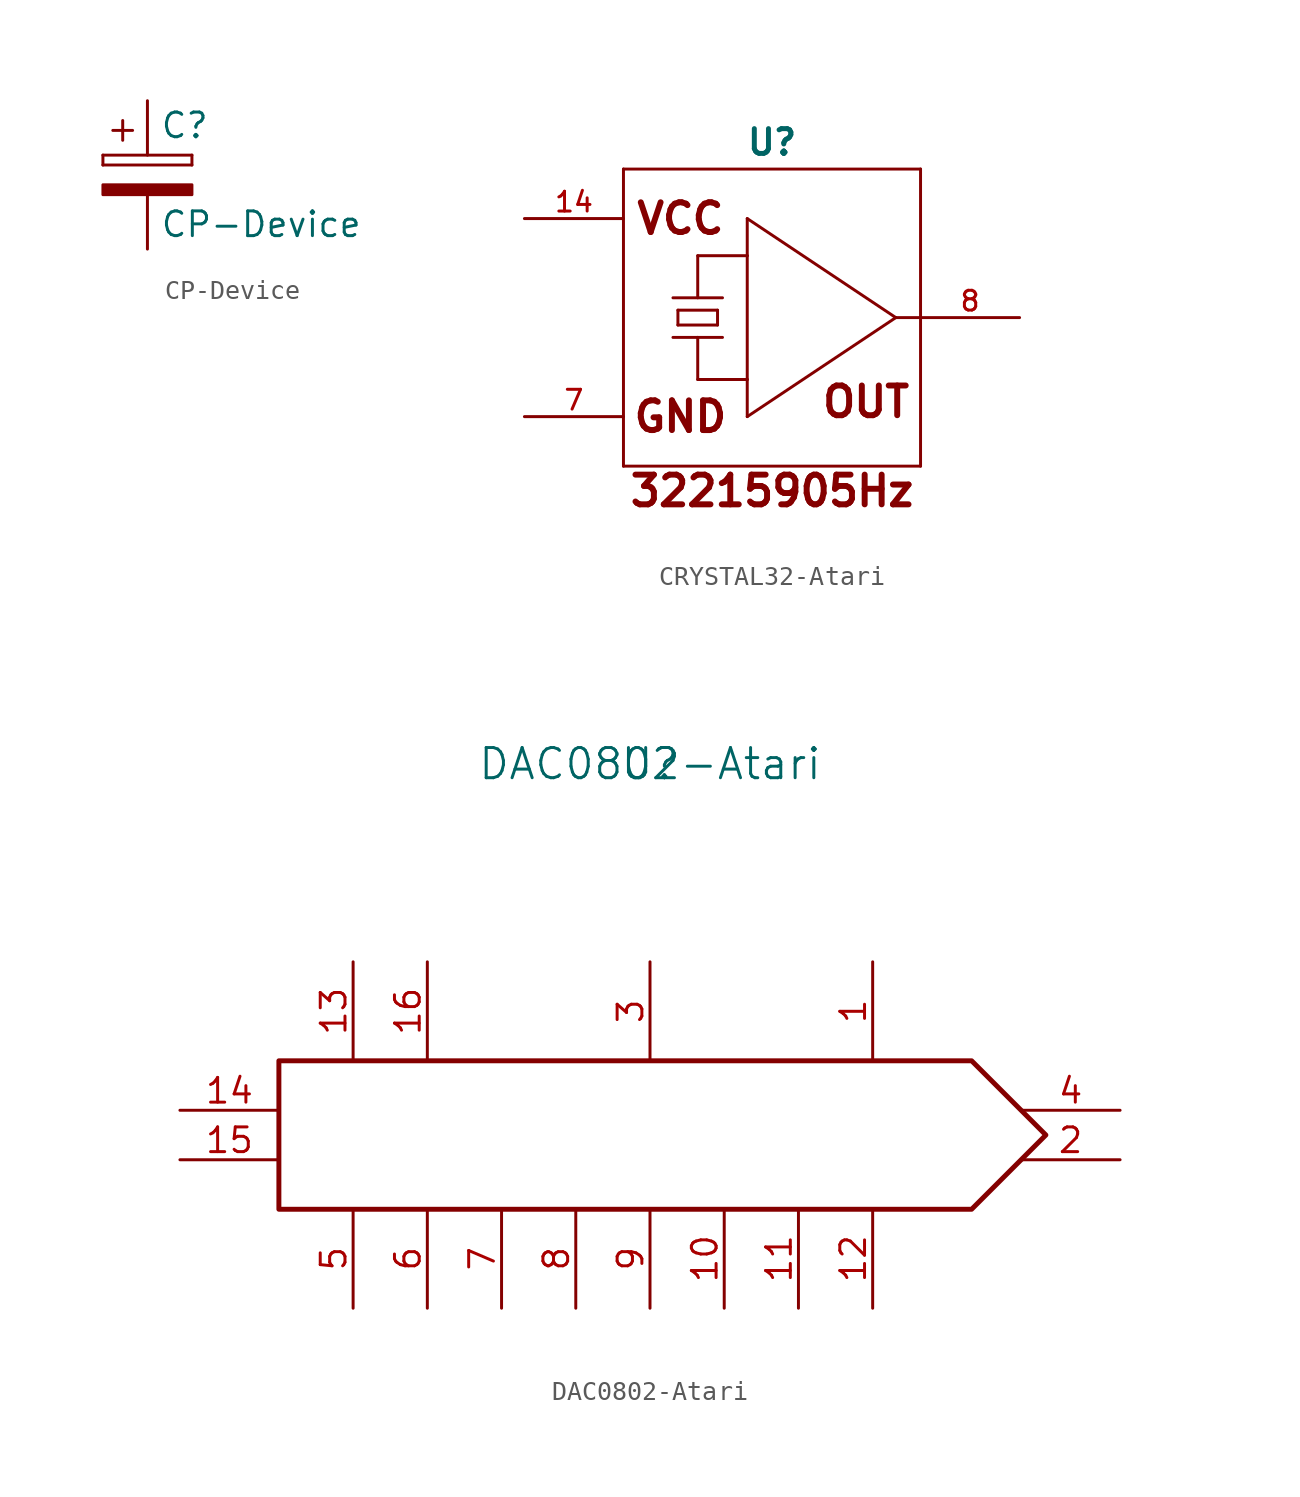
<source format=kicad_sym>
(kicad_symbol_lib
  (version 20231120)
  (generator "kicad_symbol_editor")
  (generator_version "8.0")
  (symbol "CP-Device"
    (pin_numbers hide)
    (pin_names
      (offset 0.254))
    (property "Reference" "C"
      (at 0.635 2.54 0)
      (effects (font (size 1.27 1.27)) (justify left)))
    (property "Value" "CP-Device"
      (at 0.635 -2.54 0)
      (effects (font (size 1.27 1.27)) (justify left)))
    (symbol "CP-Device_0_1"
      (rectangle (start -2.286 0.508) (end -2.286 1.016) (stroke (width 0) (type solid)) (fill (type none)))
      (rectangle (start -2.286 0.508) (end 2.286 0.508) (stroke (width 0) (type solid)) (fill (type none)))
      (polyline (pts (xy -1.778 2.286) (xy -0.762 2.286)) (stroke (width 0) (type solid)) (fill (type none)))
      (polyline (pts (xy -1.27 2.794) (xy -1.27 1.778)) (stroke (width 0) (type solid)) (fill (type none)))
      (rectangle (start 2.286 -0.508) (end -2.286 -1.016) (stroke (width 0) (type solid)) (fill (type outline)))
      (rectangle (start 2.286 1.016) (end -2.286 1.016) (stroke (width 0) (type solid)) (fill (type none)))
      (rectangle (start 2.286 1.016) (end 2.286 0.508) (stroke (width 0) (type solid)) (fill (type none))))
    (symbol "CP-Device_1_1"
      (pin passive line (at 0 3.81 270) (length 2.794) (name "~" (effects (font (size 1.27 1.27)))) (number "1" (effects (font (size 1.27 1.27)))))
      (pin passive line (at 0 -3.81 90) (length 2.794) (name "~" (effects (font (size 1.27 1.27)))) (number "2" (effects (font (size 1.27 1.27)))))))
  (symbol "CRYSTAL32-Atari"
    (pin_names
      (offset 1.016))
    (property "Reference" "U"
      (at 0 8.255 0)
      (effects (font (size 1.27 1.27) (bold yes)) (justify bottom)))
    (property "Footprint" ""
      (at 0 0 0)
      (effects (font (size 1.524 1.524))))
    (property "Datasheet" ""
      (at 0 0 0)
      (effects (font (size 1.524 1.524))))
    (property "ki_locked" ""
      (at 0 0 0)
      (effects (font (size 1.27 1.27))))
    (symbol "CRYSTAL32-Atari_0_0"
      (text "32215905Hz" (at 0 -8.89 0) (effects (font (size 1.524 1.524) (bold yes)))))
    (symbol "CRYSTAL32-Atari_1_0"
      (polyline (pts (xy -7.62 7.62) (xy -7.62 -7.62)) (stroke (width 0) (type solid)) (fill (type none)))
      (polyline (pts (xy -7.62 7.62) (xy 7.62 7.62)) (stroke (width 0) (type solid)) (fill (type none)))
      (polyline (pts (xy -5.08 -1.016) (xy -3.81 -1.016)) (stroke (width 0) (type solid)) (fill (type none)))
      (polyline (pts (xy -5.08 1.016) (xy -2.54 1.016)) (stroke (width 0) (type solid)) (fill (type none)))
      (polyline (pts (xy -4.826 -0.381) (xy -4.826 0.381)) (stroke (width 0) (type solid)) (fill (type none)))
      (polyline (pts (xy -4.826 -0.381) (xy -2.794 -0.381)) (stroke (width 0) (type solid)) (fill (type none)))
      (polyline (pts (xy -4.826 0.381) (xy -2.794 0.381)) (stroke (width 0) (type solid)) (fill (type none)))
      (polyline (pts (xy -3.81 -3.175) (xy -3.81 -1.016)) (stroke (width 0) (type solid)) (fill (type none)))
      (polyline (pts (xy -3.81 -3.175) (xy -1.27 -3.175)) (stroke (width 0) (type solid)) (fill (type none)))
      (polyline (pts (xy -3.81 -1.016) (xy -2.54 -1.016)) (stroke (width 0) (type solid)) (fill (type none)))
      (polyline (pts (xy -3.81 1.016) (xy -3.81 3.175)) (stroke (width 0) (type solid)) (fill (type none)))
      (polyline (pts (xy -3.81 3.175) (xy -1.27 3.175)) (stroke (width 0) (type solid)) (fill (type none)))
      (polyline (pts (xy -2.794 0.381) (xy -2.794 -0.381)) (stroke (width 0) (type solid)) (fill (type none)))
      (polyline (pts (xy -1.27 -5.08) (xy -1.27 -3.175)) (stroke (width 0) (type solid)) (fill (type none)))
      (polyline (pts (xy -1.27 -3.175) (xy -1.27 3.175)) (stroke (width 0) (type solid)) (fill (type none)))
      (polyline (pts (xy -1.27 3.175) (xy -1.27 5.08)) (stroke (width 0) (type solid)) (fill (type none)))
      (polyline (pts (xy -1.27 5.08) (xy 6.35 0)) (stroke (width 0) (type solid)) (fill (type none)))
      (polyline (pts (xy 6.35 0) (xy -1.27 -5.08)) (stroke (width 0) (type solid)) (fill (type none)))
      (polyline (pts (xy 6.35 0) (xy 7.62 0)) (stroke (width 0) (type solid)) (fill (type none)))
      (polyline (pts (xy 7.62 -7.62) (xy -7.62 -7.62)) (stroke (width 0) (type solid)) (fill (type none)))
      (polyline (pts (xy 7.62 -7.62) (xy 7.62 0)) (stroke (width 0) (type solid)) (fill (type none)))
      (polyline (pts (xy 7.62 0) (xy 7.62 7.62)) (stroke (width 0) (type solid)) (fill (type none)))
      (text "GND" (at -4.699 -5.08 0) (effects (font (size 1.524 1.524) (bold yes))))
      (text "OUT" (at 4.826 -4.318 0) (effects (font (size 1.524 1.524) (bold yes))))
      (text "VCC" (at -4.699 5.08 0) (effects (font (size 1.524 1.524) (bold yes)))))
    (symbol "CRYSTAL32-Atari_1_1"
      (pin power_in line (at -12.7 5.08 0) (length 5.08) (name "~" (effects (font (size 1.016 1.016)))) (number "14" (effects (font (size 1.016 1.016)))))
      (pin power_in line (at -12.7 -5.08 0) (length 5.08) (name "~" (effects (font (size 1.016 1.016)))) (number "7" (effects (font (size 1.016 1.016)))))
      (pin output line (at 12.7 0 180) (length 5.08) (name "~" (effects (font (size 1.016 1.016)))) (number "8" (effects (font (size 1.016 1.016)))))))
  (symbol "DAC0802-Atari"
    (pin_names
      (offset 1.016))
    (property "Reference" "U"
      (at 0 19.05 0)
      (effects (font (size 1.549 1.549))))
    (property "Value" "DAC0802-Atari"
      (at 0 19.05 0)
      (effects (font (size 1.549 1.549))))
    (symbol "DAC0802-Atari_0_1"
      (polyline (pts (xy 20.32 0) (xy 16.51 3.81) (xy -19.05 3.81) (xy -19.05 -3.81) (xy 16.51 -3.81) (xy 20.32 0)) (stroke (width 0.254) (type solid)) (fill (type none))))
    (symbol "DAC0802-Atari_1_1"
      (pin input line (at 11.43 8.89 270) (length 5.08) (name "~" (effects (font (size 1.27 1.27)))) (number "1" (effects (font (size 1.27 1.27)))))
      (pin input line (at 3.81 -8.89 90) (length 5.08) (name "~" (effects (font (size 1.27 1.27)))) (number "10" (effects (font (size 1.27 1.27)))))
      (pin input line (at 7.62 -8.89 90) (length 5.08) (name "~" (effects (font (size 1.27 1.27)))) (number "11" (effects (font (size 1.27 1.27)))))
      (pin input line (at 11.43 -8.89 90) (length 5.08) (name "~" (effects (font (size 1.27 1.27)))) (number "12" (effects (font (size 1.27 1.27)))))
      (pin power_in line (at -15.24 8.89 270) (length 5.08) (name "~" (effects (font (size 1.27 1.27)))) (number "13" (effects (font (size 1.27 1.27)))))
      (pin input line (at -24.13 1.27 0) (length 5.08) (name "~" (effects (font (size 1.27 1.27)))) (number "14" (effects (font (size 1.27 1.27)))))
      (pin input line (at -24.13 -1.27 0) (length 5.08) (name "~" (effects (font (size 1.27 1.27)))) (number "15" (effects (font (size 1.27 1.27)))))
      (pin input line (at -11.43 8.89 270) (length 5.08) (name "~" (effects (font (size 1.27 1.27)))) (number "16" (effects (font (size 1.27 1.27)))))
      (pin output line (at 24.13 -1.27 180) (length 5.08) (name "~" (effects (font (size 1.27 1.27)))) (number "2" (effects (font (size 1.27 1.27)))))
      (pin power_in line (at 0 8.89 270) (length 5.08) (name "~" (effects (font (size 1.27 1.27)))) (number "3" (effects (font (size 1.27 1.27)))))
      (pin output line (at 24.13 1.27 180) (length 5.08) (name "~" (effects (font (size 1.27 1.27)))) (number "4" (effects (font (size 1.27 1.27)))))
      (pin input line (at -15.24 -8.89 90) (length 5.08) (name "~" (effects (font (size 1.27 1.27)))) (number "5" (effects (font (size 1.27 1.27)))))
      (pin input line (at -11.43 -8.89 90) (length 5.08) (name "~" (effects (font (size 1.27 1.27)))) (number "6" (effects (font (size 1.27 1.27)))))
      (pin input line (at -7.62 -8.89 90) (length 5.08) (name "~" (effects (font (size 1.27 1.27)))) (number "7" (effects (font (size 1.27 1.27)))))
      (pin input line (at -3.81 -8.89 90) (length 5.08) (name "~" (effects (font (size 1.27 1.27)))) (number "8" (effects (font (size 1.27 1.27)))))
      (pin input line (at 0 -8.89 90) (length 5.08) (name "~" (effects (font (size 1.27 1.27)))) (number "9" (effects (font (size 1.27 1.27))))))))
</source>
